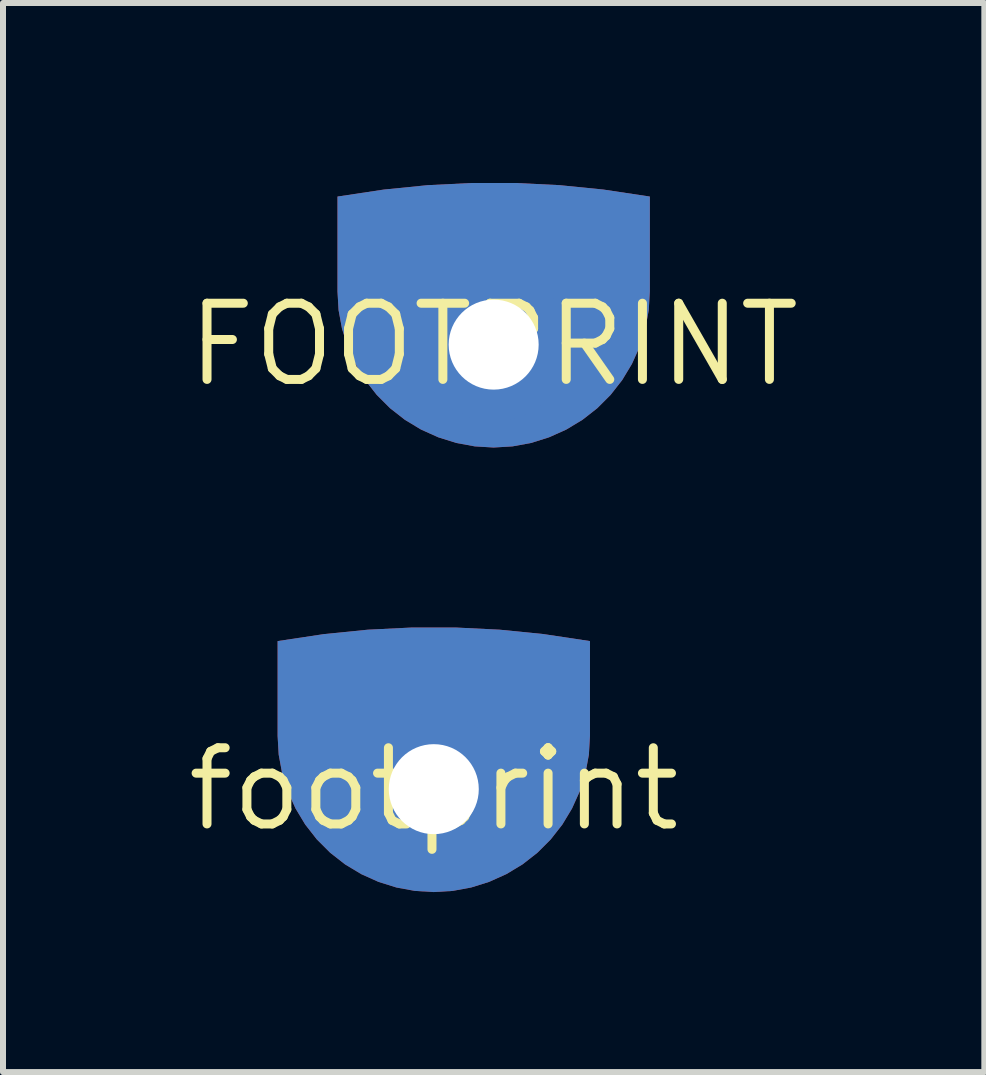
<source format=kicad_pcb>
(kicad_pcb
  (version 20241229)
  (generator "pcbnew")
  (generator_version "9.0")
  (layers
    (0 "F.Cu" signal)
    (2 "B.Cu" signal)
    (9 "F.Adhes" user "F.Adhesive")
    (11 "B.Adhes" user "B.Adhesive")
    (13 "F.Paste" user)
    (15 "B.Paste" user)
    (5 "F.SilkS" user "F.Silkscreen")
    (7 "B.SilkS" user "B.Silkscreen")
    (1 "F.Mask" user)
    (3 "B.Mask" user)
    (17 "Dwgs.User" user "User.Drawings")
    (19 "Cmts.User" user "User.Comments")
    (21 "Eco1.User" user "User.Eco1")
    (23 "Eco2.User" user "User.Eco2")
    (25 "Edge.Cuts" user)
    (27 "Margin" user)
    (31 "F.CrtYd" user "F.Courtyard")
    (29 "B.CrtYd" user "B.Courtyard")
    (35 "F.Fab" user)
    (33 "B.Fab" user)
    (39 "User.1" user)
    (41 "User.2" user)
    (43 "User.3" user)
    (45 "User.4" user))
  (footprint "FOOTPRINT"
    (layer "F.Cu")
    (at 5.178 2.694)
    (property "Reference" "FOOTPRINT" (at 0 0 0) (layer "F.SilkS") (effects (font (size 1.27 1.27) (thickness 0.15))))
    (fp_poly (pts (xy 1.098 -2.658) (xy 1.827 -2.585) (xy 2.603 -2.468) (xy 2.603 -0.887) (xy 2.585 -0.575) (xy 2.528 -0.266) (xy 2.434 0.034) (xy 2.305 0.321) (xy 2.143 0.59) (xy 1.949 0.838) (xy 1.727 1.06) (xy 1.479 1.254) (xy 1.21 1.416) (xy 0.923 1.545) (xy 0.623 1.639) (xy 0.314 1.696) (xy 0 1.715) (xy -0.314 1.696) (xy -0.623 1.639) (xy -0.923 1.545) (xy -1.21 1.416) (xy -1.479 1.254) (xy -1.727 1.06) (xy -1.949 0.838) (xy -2.143 0.59) (xy -2.305 0.321) (xy -2.434 0.034) (xy -2.528 -0.266) (xy -2.585 -0.575) (xy -2.603 -0.887) (xy -2.603 -2.468) (xy -1.827 -2.585) (xy -1.098 -2.658) (xy -0.366 -2.694) (xy 0.366 -2.694)) (stroke (width 0) (type solid)) (fill yes) (layer "F.Cu"))
    (fp_poly (pts (xy 1.098 -2.658) (xy 1.827 -2.585) (xy 2.603 -2.468) (xy 2.603 -0.887) (xy 2.585 -0.575) (xy 2.528 -0.266) (xy 2.434 0.034) (xy 2.305 0.321) (xy 2.143 0.59) (xy 1.949 0.838) (xy 1.727 1.06) (xy 1.479 1.254) (xy 1.21 1.416) (xy 0.923 1.545) (xy 0.623 1.639) (xy 0.314 1.696) (xy 0 1.715) (xy -0.314 1.696) (xy -0.623 1.639) (xy -0.923 1.545) (xy -1.21 1.416) (xy -1.479 1.254) (xy -1.727 1.06) (xy -1.949 0.838) (xy -2.143 0.59) (xy -2.305 0.321) (xy -2.434 0.034) (xy -2.528 -0.266) (xy -2.585 -0.575) (xy -2.603 -0.887) (xy -2.603 -2.468) (xy -1.827 -2.585) (xy -1.098 -2.658) (xy -0.366 -2.694) (xy 0.366 -2.694)) (stroke (width 0) (type solid)) (fill yes) (layer "F.Mask"))
    (fp_poly (pts (xy 1.098 -2.658) (xy 1.827 -2.585) (xy 2.603 -2.468) (xy 2.603 -0.887) (xy 2.585 -0.575) (xy 2.528 -0.266) (xy 2.434 0.034) (xy 2.305 0.321) (xy 2.143 0.59) (xy 1.949 0.838) (xy 1.727 1.06) (xy 1.479 1.254) (xy 1.21 1.416) (xy 0.923 1.545) (xy 0.623 1.639) (xy 0.314 1.696) (xy 0 1.715) (xy -0.314 1.696) (xy -0.623 1.639) (xy -0.923 1.545) (xy -1.21 1.416) (xy -1.479 1.254) (xy -1.727 1.06) (xy -1.949 0.838) (xy -2.143 0.59) (xy -2.305 0.321) (xy -2.434 0.034) (xy -2.528 -0.266) (xy -2.585 -0.575) (xy -2.603 -0.887) (xy -2.603 -2.468) (xy -1.827 -2.585) (xy -1.098 -2.658) (xy -0.366 -2.694) (xy 0.366 -2.694)) (stroke (width 0) (type solid)) (fill yes) (layer "B.Cu"))
    (fp_poly (pts (xy 1.098 -2.658) (xy 1.827 -2.585) (xy 2.603 -2.468) (xy 2.603 -0.887) (xy 2.585 -0.575) (xy 2.528 -0.266) (xy 2.434 0.034) (xy 2.305 0.321) (xy 2.143 0.59) (xy 1.949 0.838) (xy 1.727 1.06) (xy 1.479 1.254) (xy 1.21 1.416) (xy 0.923 1.545) (xy 0.623 1.639) (xy 0.314 1.696) (xy 0 1.715) (xy -0.314 1.696) (xy -0.623 1.639) (xy -0.923 1.545) (xy -1.21 1.416) (xy -1.479 1.254) (xy -1.727 1.06) (xy -1.949 0.838) (xy -2.143 0.59) (xy -2.305 0.321) (xy -2.434 0.034) (xy -2.528 -0.266) (xy -2.585 -0.575) (xy -2.603 -0.887) (xy -2.603 -2.468) (xy -1.827 -2.585) (xy -1.098 -2.658) (xy -0.366 -2.694) (xy 0.366 -2.694)) (stroke (width 0) (type solid)) (fill yes) (layer "B.Mask"))
    (pad "P$1" thru_hole circle (at 0 0) (size 2.54 2.54) (drill 1.5) (layers "*.Cu" "*.Mask")))
  (footprint "footprint"
    (layer "F.Cu")
    (at 4.18 10.103)
    (property "Reference" "footprint" (at 0 0 0) (layer "F.SilkS") (effects (font (size 1.27 1.27) (thickness 0.15))))
    (fp_poly (pts (xy 1.098 -2.658) (xy 1.827 -2.585) (xy 2.603 -2.468) (xy 2.603 -0.887) (xy 2.585 -0.575) (xy 2.528 -0.266) (xy 2.434 0.034) (xy 2.305 0.321) (xy 2.143 0.59) (xy 1.949 0.838) (xy 1.727 1.06) (xy 1.479 1.254) (xy 1.21 1.416) (xy 0.923 1.545) (xy 0.623 1.639) (xy 0.314 1.696) (xy 0 1.715) (xy -0.314 1.696) (xy -0.623 1.639) (xy -0.923 1.545) (xy -1.21 1.416) (xy -1.479 1.254) (xy -1.727 1.06) (xy -1.949 0.838) (xy -2.143 0.59) (xy -2.305 0.321) (xy -2.434 0.034) (xy -2.528 -0.266) (xy -2.585 -0.575) (xy -2.603 -0.887) (xy -2.603 -2.468) (xy -1.827 -2.585) (xy -1.098 -2.658) (xy -0.366 -2.694) (xy 0.366 -2.694)) (stroke (width 0) (type solid)) (fill yes) (layer "F.Cu"))
    (fp_poly (pts (xy 1.098 -2.658) (xy 1.827 -2.585) (xy 2.603 -2.468) (xy 2.603 -0.887) (xy 2.585 -0.575) (xy 2.528 -0.266) (xy 2.434 0.034) (xy 2.305 0.321) (xy 2.143 0.59) (xy 1.949 0.838) (xy 1.727 1.06) (xy 1.479 1.254) (xy 1.21 1.416) (xy 0.923 1.545) (xy 0.623 1.639) (xy 0.314 1.696) (xy 0 1.715) (xy -0.314 1.696) (xy -0.623 1.639) (xy -0.923 1.545) (xy -1.21 1.416) (xy -1.479 1.254) (xy -1.727 1.06) (xy -1.949 0.838) (xy -2.143 0.59) (xy -2.305 0.321) (xy -2.434 0.034) (xy -2.528 -0.266) (xy -2.585 -0.575) (xy -2.603 -0.887) (xy -2.603 -2.468) (xy -1.827 -2.585) (xy -1.098 -2.658) (xy -0.366 -2.694) (xy 0.366 -2.694)) (stroke (width 0) (type solid)) (fill yes) (layer "F.Mask"))
    (fp_poly (pts (xy 1.098 -2.658) (xy 1.827 -2.585) (xy 2.603 -2.468) (xy 2.603 -0.887) (xy 2.585 -0.575) (xy 2.528 -0.266) (xy 2.434 0.034) (xy 2.305 0.321) (xy 2.143 0.59) (xy 1.949 0.838) (xy 1.727 1.06) (xy 1.479 1.254) (xy 1.21 1.416) (xy 0.923 1.545) (xy 0.623 1.639) (xy 0.314 1.696) (xy 0 1.715) (xy -0.314 1.696) (xy -0.623 1.639) (xy -0.923 1.545) (xy -1.21 1.416) (xy -1.479 1.254) (xy -1.727 1.06) (xy -1.949 0.838) (xy -2.143 0.59) (xy -2.305 0.321) (xy -2.434 0.034) (xy -2.528 -0.266) (xy -2.585 -0.575) (xy -2.603 -0.887) (xy -2.603 -2.468) (xy -1.827 -2.585) (xy -1.098 -2.658) (xy -0.366 -2.694) (xy 0.366 -2.694)) (stroke (width 0) (type solid)) (fill yes) (layer "B.Cu"))
    (fp_poly (pts (xy 1.098 -2.658) (xy 1.827 -2.585) (xy 2.603 -2.468) (xy 2.603 -0.887) (xy 2.585 -0.575) (xy 2.528 -0.266) (xy 2.434 0.034) (xy 2.305 0.321) (xy 2.143 0.59) (xy 1.949 0.838) (xy 1.727 1.06) (xy 1.479 1.254) (xy 1.21 1.416) (xy 0.923 1.545) (xy 0.623 1.639) (xy 0.314 1.696) (xy 0 1.715) (xy -0.314 1.696) (xy -0.623 1.639) (xy -0.923 1.545) (xy -1.21 1.416) (xy -1.479 1.254) (xy -1.727 1.06) (xy -1.949 0.838) (xy -2.143 0.59) (xy -2.305 0.321) (xy -2.434 0.034) (xy -2.528 -0.266) (xy -2.585 -0.575) (xy -2.603 -0.887) (xy -2.603 -2.468) (xy -1.827 -2.585) (xy -1.098 -2.658) (xy -0.366 -2.694) (xy 0.366 -2.694)) (stroke (width 0) (type solid)) (fill yes) (layer "B.Mask"))
    (pad "P$1" thru_hole circle (at 0 0) (size 2.54 2.54) (drill 1.5) (layers "*.Cu" "*.Mask")))
  (gr_rect
    (start -3 -3)
    (end 13.356 14.818)
    (stroke (width 0.1) (type default))
    (fill no)
    (layer "Edge.Cuts")))
</source>
